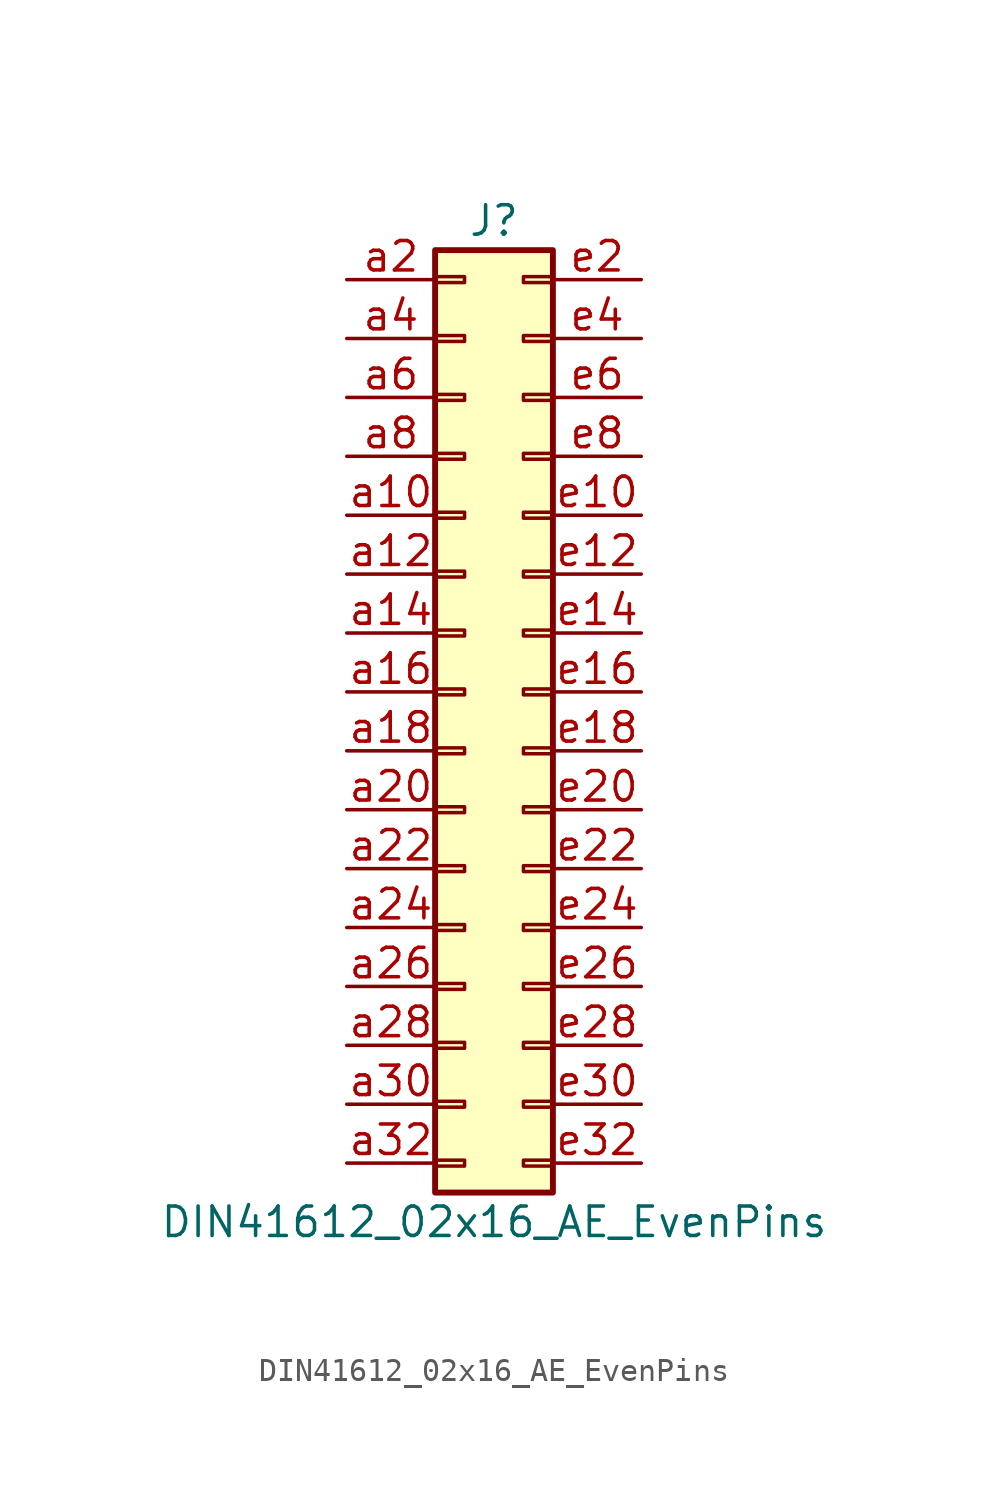
<source format=kicad_sym>
(kicad_symbol_lib
  (version 20220914)
  (generator kicad_symbol_editor)
  (symbol "DIN41612_02x16_AE_EvenPins"
    (pin_names
      (offset 1.016) hide)
    (property "Reference" "J"
      (at 1.27 20.32 0)
      (effects (font (size 1.27 1.27))))
    (property "Value" "DIN41612_02x16_AE_EvenPins"
      (at 1.27 -22.86 0)
      (effects (font (size 1.27 1.27))))
    (symbol "DIN41612_02x16_AE_EvenPins_1_1"
      (rectangle (start -1.27 -20.193) (end 0 -20.447) (stroke (width 0.152) (type solid)) (fill (type none)))
      (rectangle (start -1.27 -17.653) (end 0 -17.907) (stroke (width 0.152) (type solid)) (fill (type none)))
      (rectangle (start -1.27 -15.113) (end 0 -15.367) (stroke (width 0.152) (type solid)) (fill (type none)))
      (rectangle (start -1.27 -12.573) (end 0 -12.827) (stroke (width 0.152) (type solid)) (fill (type none)))
      (rectangle (start -1.27 -10.033) (end 0 -10.287) (stroke (width 0.152) (type solid)) (fill (type none)))
      (rectangle (start -1.27 -7.493) (end 0 -7.747) (stroke (width 0.152) (type solid)) (fill (type none)))
      (rectangle (start -1.27 -4.953) (end 0 -5.207) (stroke (width 0.152) (type solid)) (fill (type none)))
      (rectangle (start -1.27 -2.413) (end 0 -2.667) (stroke (width 0.152) (type solid)) (fill (type none)))
      (rectangle (start -1.27 0.127) (end 0 -0.127) (stroke (width 0.152) (type solid)) (fill (type none)))
      (rectangle (start -1.27 2.667) (end 0 2.413) (stroke (width 0.152) (type solid)) (fill (type none)))
      (rectangle (start -1.27 5.207) (end 0 4.953) (stroke (width 0.152) (type solid)) (fill (type none)))
      (rectangle (start -1.27 7.747) (end 0 7.493) (stroke (width 0.152) (type solid)) (fill (type none)))
      (rectangle (start -1.27 10.287) (end 0 10.033) (stroke (width 0.152) (type solid)) (fill (type none)))
      (rectangle (start -1.27 12.827) (end 0 12.573) (stroke (width 0.152) (type solid)) (fill (type none)))
      (rectangle (start -1.27 15.367) (end 0 15.113) (stroke (width 0.152) (type solid)) (fill (type none)))
      (rectangle (start -1.27 17.907) (end 0 17.653) (stroke (width 0.152) (type solid)) (fill (type none)))
      (rectangle (start -1.27 19.05) (end 3.81 -21.59) (stroke (width 0.254) (type solid)) (fill (type background)))
      (rectangle (start 3.81 -20.193) (end 2.54 -20.447) (stroke (width 0.152) (type solid)) (fill (type none)))
      (rectangle (start 3.81 -17.653) (end 2.54 -17.907) (stroke (width 0.152) (type solid)) (fill (type none)))
      (rectangle (start 3.81 -15.113) (end 2.54 -15.367) (stroke (width 0.152) (type solid)) (fill (type none)))
      (rectangle (start 3.81 -12.573) (end 2.54 -12.827) (stroke (width 0.152) (type solid)) (fill (type none)))
      (rectangle (start 3.81 -10.033) (end 2.54 -10.287) (stroke (width 0.152) (type solid)) (fill (type none)))
      (rectangle (start 3.81 -7.493) (end 2.54 -7.747) (stroke (width 0.152) (type solid)) (fill (type none)))
      (rectangle (start 3.81 -4.953) (end 2.54 -5.207) (stroke (width 0.152) (type solid)) (fill (type none)))
      (rectangle (start 3.81 -2.413) (end 2.54 -2.667) (stroke (width 0.152) (type solid)) (fill (type none)))
      (rectangle (start 3.81 0.127) (end 2.54 -0.127) (stroke (width 0.152) (type solid)) (fill (type none)))
      (rectangle (start 3.81 2.667) (end 2.54 2.413) (stroke (width 0.152) (type solid)) (fill (type none)))
      (rectangle (start 3.81 5.207) (end 2.54 4.953) (stroke (width 0.152) (type solid)) (fill (type none)))
      (rectangle (start 3.81 7.747) (end 2.54 7.493) (stroke (width 0.152) (type solid)) (fill (type none)))
      (rectangle (start 3.81 10.287) (end 2.54 10.033) (stroke (width 0.152) (type solid)) (fill (type none)))
      (rectangle (start 3.81 12.827) (end 2.54 12.573) (stroke (width 0.152) (type solid)) (fill (type none)))
      (rectangle (start 3.81 15.367) (end 2.54 15.113) (stroke (width 0.152) (type solid)) (fill (type none)))
      (rectangle (start 3.81 17.907) (end 2.54 17.653) (stroke (width 0.152) (type solid)) (fill (type none)))
      (pin passive line (at -5.08 7.62 0) (length 3.81) (name "Pin_a10" (effects (font (size 1.27 1.27)))) (number "a10" (effects (font (size 1.27 1.27)))))
      (pin passive line (at -5.08 5.08 0) (length 3.81) (name "Pin_a12" (effects (font (size 1.27 1.27)))) (number "a12" (effects (font (size 1.27 1.27)))))
      (pin passive line (at -5.08 2.54 0) (length 3.81) (name "Pin_a14" (effects (font (size 1.27 1.27)))) (number "a14" (effects (font (size 1.27 1.27)))))
      (pin passive line (at -5.08 0 0) (length 3.81) (name "Pin_a16" (effects (font (size 1.27 1.27)))) (number "a16" (effects (font (size 1.27 1.27)))))
      (pin passive line (at -5.08 -2.54 0) (length 3.81) (name "Pin_a18" (effects (font (size 1.27 1.27)))) (number "a18" (effects (font (size 1.27 1.27)))))
      (pin passive line (at -5.08 17.78 0) (length 3.81) (name "Pin_a2" (effects (font (size 1.27 1.27)))) (number "a2" (effects (font (size 1.27 1.27)))))
      (pin passive line (at -5.08 -5.08 0) (length 3.81) (name "Pin_a20" (effects (font (size 1.27 1.27)))) (number "a20" (effects (font (size 1.27 1.27)))))
      (pin passive line (at -5.08 -7.62 0) (length 3.81) (name "Pin_a22" (effects (font (size 1.27 1.27)))) (number "a22" (effects (font (size 1.27 1.27)))))
      (pin passive line (at -5.08 -10.16 0) (length 3.81) (name "Pin_a24" (effects (font (size 1.27 1.27)))) (number "a24" (effects (font (size 1.27 1.27)))))
      (pin passive line (at -5.08 -12.7 0) (length 3.81) (name "Pin_a26" (effects (font (size 1.27 1.27)))) (number "a26" (effects (font (size 1.27 1.27)))))
      (pin passive line (at -5.08 -15.24 0) (length 3.81) (name "Pin_a28" (effects (font (size 1.27 1.27)))) (number "a28" (effects (font (size 1.27 1.27)))))
      (pin passive line (at -5.08 -17.78 0) (length 3.81) (name "Pin_a30" (effects (font (size 1.27 1.27)))) (number "a30" (effects (font (size 1.27 1.27)))))
      (pin passive line (at -5.08 -20.32 0) (length 3.81) (name "Pin_a32" (effects (font (size 1.27 1.27)))) (number "a32" (effects (font (size 1.27 1.27)))))
      (pin passive line (at -5.08 15.24 0) (length 3.81) (name "Pin_a4" (effects (font (size 1.27 1.27)))) (number "a4" (effects (font (size 1.27 1.27)))))
      (pin passive line (at -5.08 12.7 0) (length 3.81) (name "Pin_a6" (effects (font (size 1.27 1.27)))) (number "a6" (effects (font (size 1.27 1.27)))))
      (pin passive line (at -5.08 10.16 0) (length 3.81) (name "Pin_a8" (effects (font (size 1.27 1.27)))) (number "a8" (effects (font (size 1.27 1.27)))))
      (pin passive line (at 7.62 7.62 180) (length 3.81) (name "Pin_e10" (effects (font (size 1.27 1.27)))) (number "e10" (effects (font (size 1.27 1.27)))))
      (pin passive line (at 7.62 5.08 180) (length 3.81) (name "Pin_e12" (effects (font (size 1.27 1.27)))) (number "e12" (effects (font (size 1.27 1.27)))))
      (pin passive line (at 7.62 2.54 180) (length 3.81) (name "Pin_e14" (effects (font (size 1.27 1.27)))) (number "e14" (effects (font (size 1.27 1.27)))))
      (pin passive line (at 7.62 0 180) (length 3.81) (name "Pin_e16" (effects (font (size 1.27 1.27)))) (number "e16" (effects (font (size 1.27 1.27)))))
      (pin passive line (at 7.62 -2.54 180) (length 3.81) (name "Pin_e18" (effects (font (size 1.27 1.27)))) (number "e18" (effects (font (size 1.27 1.27)))))
      (pin passive line (at 7.62 17.78 180) (length 3.81) (name "Pin_e2" (effects (font (size 1.27 1.27)))) (number "e2" (effects (font (size 1.27 1.27)))))
      (pin passive line (at 7.62 -5.08 180) (length 3.81) (name "Pin_e20" (effects (font (size 1.27 1.27)))) (number "e20" (effects (font (size 1.27 1.27)))))
      (pin passive line (at 7.62 -7.62 180) (length 3.81) (name "Pin_e22" (effects (font (size 1.27 1.27)))) (number "e22" (effects (font (size 1.27 1.27)))))
      (pin passive line (at 7.62 -10.16 180) (length 3.81) (name "Pin_e24" (effects (font (size 1.27 1.27)))) (number "e24" (effects (font (size 1.27 1.27)))))
      (pin passive line (at 7.62 -12.7 180) (length 3.81) (name "Pin_e26" (effects (font (size 1.27 1.27)))) (number "e26" (effects (font (size 1.27 1.27)))))
      (pin passive line (at 7.62 -15.24 180) (length 3.81) (name "Pin_e28" (effects (font (size 1.27 1.27)))) (number "e28" (effects (font (size 1.27 1.27)))))
      (pin passive line (at 7.62 -17.78 180) (length 3.81) (name "Pin_e30" (effects (font (size 1.27 1.27)))) (number "e30" (effects (font (size 1.27 1.27)))))
      (pin passive line (at 7.62 -20.32 180) (length 3.81) (name "Pin_e32" (effects (font (size 1.27 1.27)))) (number "e32" (effects (font (size 1.27 1.27)))))
      (pin passive line (at 7.62 15.24 180) (length 3.81) (name "Pin_e4" (effects (font (size 1.27 1.27)))) (number "e4" (effects (font (size 1.27 1.27)))))
      (pin passive line (at 7.62 12.7 180) (length 3.81) (name "Pin_e6" (effects (font (size 1.27 1.27)))) (number "e6" (effects (font (size 1.27 1.27)))))
      (pin passive line (at 7.62 10.16 180) (length 3.81) (name "Pin_e8" (effects (font (size 1.27 1.27)))) (number "e8" (effects (font (size 1.27 1.27))))))))
</source>
